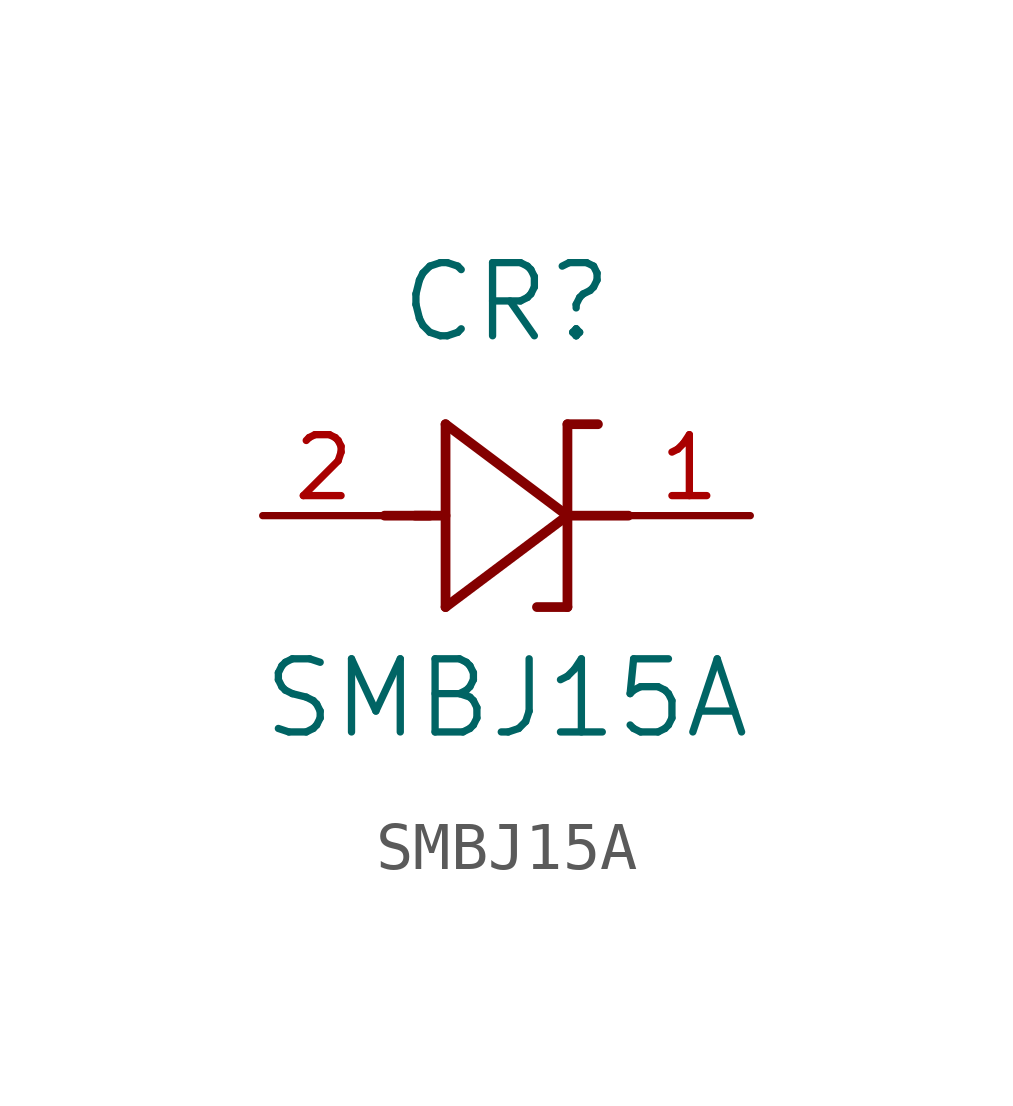
<source format=kicad_sym>
(kicad_symbol_lib
  (version 20211014)
  (generator kicad_symbol_editor)
  (symbol "SMBJ15A"
    (pin_names
      (offset 0.254))
    (property "Reference" "CR"
      (at 5.08 4.445 0)
      (effects (font (size 1.524 1.524))))
    (property "Value" "SMBJ15A"
      (at 5.08 -3.81 0)
      (effects (font (size 1.524 1.524))))
    (symbol "SMBJ15A_0_1"
      (polyline (pts (xy 2.54 0) (xy 3.48 0)) (stroke (width 0.203) (type default) (color 0 0 0 0)) (fill (type none)))
      (polyline (pts (xy 3.175 0) (xy 3.81 0)) (stroke (width 0.203) (type default) (color 0 0 0 0)) (fill (type none)))
      (polyline (pts (xy 3.81 -1.905) (xy 6.35 0)) (stroke (width 0.203) (type default) (color 0 0 0 0)) (fill (type none)))
      (polyline (pts (xy 6.35 -1.905) (xy 5.715 -1.905)) (stroke (width 0.203) (type default) (color 0 0 0 0)) (fill (type none)))
      (polyline (pts (xy 6.35 1.905) (xy 6.985 1.905)) (stroke (width 0.203) (type default) (color 0 0 0 0)) (fill (type none)))
      (polyline (pts (xy 3.81 1.905) (xy 3.81 -1.905)) (stroke (width 0.203) (type default) (color 0 0 0 0)) (fill (type none)))
      (polyline (pts (xy 6.35 -1.905) (xy 6.35 1.905)) (stroke (width 0.203) (type default) (color 0 0 0 0)) (fill (type none)))
      (polyline (pts (xy 6.35 0) (xy 3.81 1.905)) (stroke (width 0.203) (type default) (color 0 0 0 0)) (fill (type none)))
      (polyline (pts (xy 6.35 0) (xy 7.62 0)) (stroke (width 0.203) (type default) (color 0 0 0 0)) (fill (type none)))
      (pin unspecified line (at 0 0 0) (length 2.54) (name "" (effects (font (size 1.27 1.27)))) (number "2" (effects (font (size 1.27 1.27)))))
      (pin unspecified line (at 10.16 0 180) (length 2.54) (name "" (effects (font (size 1.27 1.27)))) (number "1" (effects (font (size 1.27 1.27))))))))
</source>
